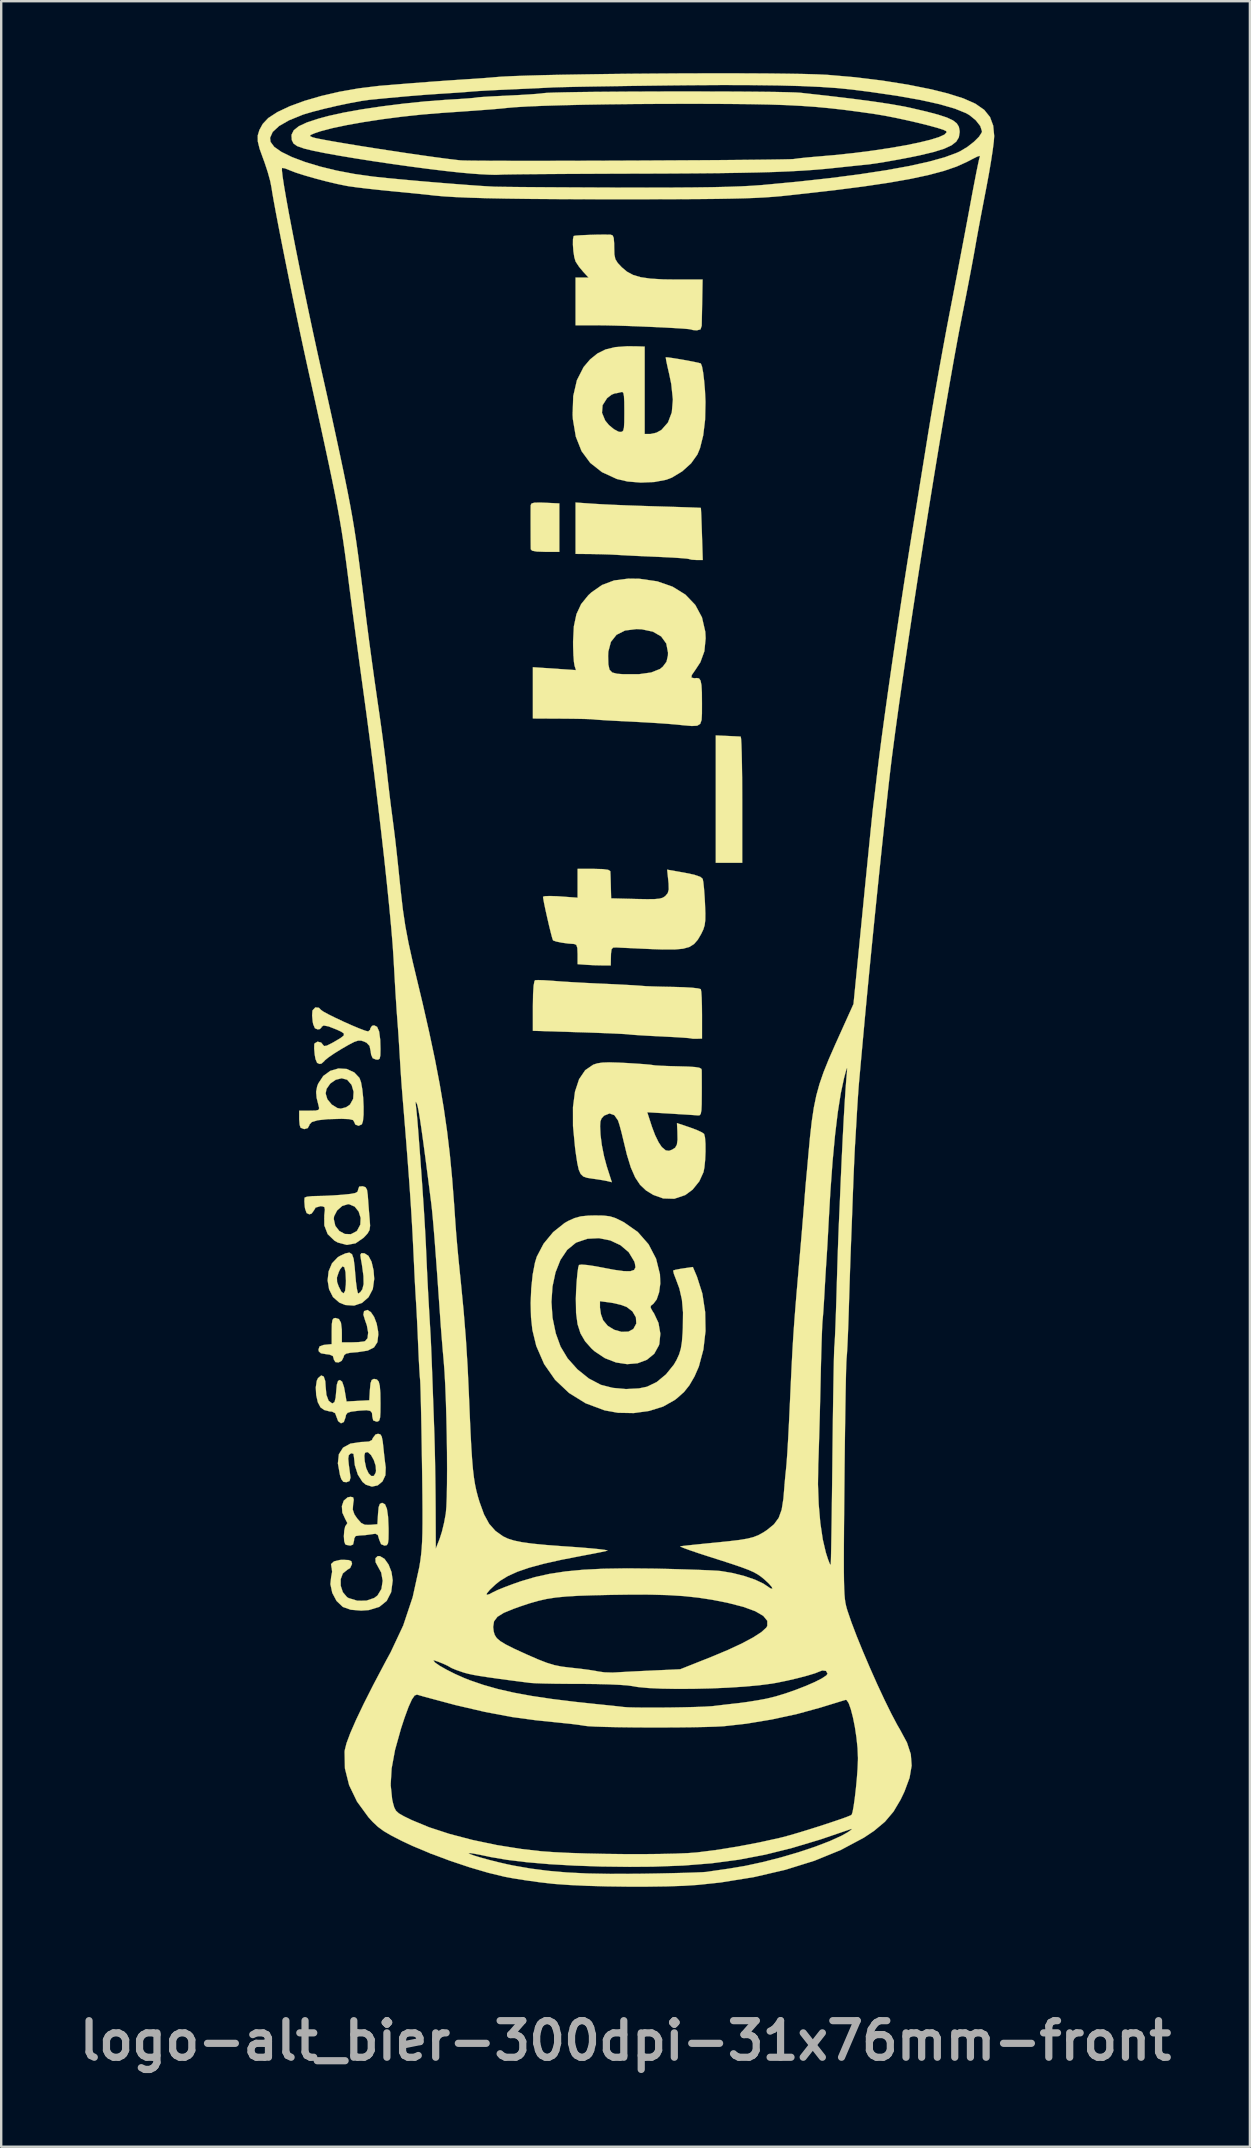
<source format=kicad_pcb>
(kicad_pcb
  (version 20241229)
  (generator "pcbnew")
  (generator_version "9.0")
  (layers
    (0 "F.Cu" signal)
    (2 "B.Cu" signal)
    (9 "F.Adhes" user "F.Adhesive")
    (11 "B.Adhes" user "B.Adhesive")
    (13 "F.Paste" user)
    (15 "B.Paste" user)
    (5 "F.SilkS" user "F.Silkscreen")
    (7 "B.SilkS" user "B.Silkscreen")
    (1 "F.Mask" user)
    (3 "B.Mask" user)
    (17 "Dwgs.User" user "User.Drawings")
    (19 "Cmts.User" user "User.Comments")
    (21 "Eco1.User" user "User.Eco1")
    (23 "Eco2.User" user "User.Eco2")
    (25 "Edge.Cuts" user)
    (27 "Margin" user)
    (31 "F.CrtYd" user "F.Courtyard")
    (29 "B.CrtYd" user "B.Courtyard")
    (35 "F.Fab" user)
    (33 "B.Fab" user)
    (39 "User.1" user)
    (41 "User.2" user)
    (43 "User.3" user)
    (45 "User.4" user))
  (footprint "logo-alt_bier-300dpi-31x76mm-front"
    (layer "F.Cu")
    (at 22.962 37.722)
    (property "Reference" "logo-alt_bier-300dpi-31x76mm-front" (at 0.05 44.25 0) (layer "F.Fab") (effects (font (size 1.524 1.524) (thickness 0.3))))
    (attr through_hole)
    (fp_poly (pts (xy 4.297 -10.11) (xy 4.572 -10.097) (xy 4.775 -10.087) (xy 4.847 -10.082) (xy 4.863 -9.999) (xy 4.877 -9.767) (xy 4.889 -9.407) (xy 4.899 -8.938) (xy 4.907 -8.382) (xy 4.91 -7.759) (xy 4.911 -7.451) (xy 4.911 -4.826) (xy 3.81 -4.826) (xy 3.81 -10.132) (xy 4.297 -10.11)) (stroke (width 0.01) (type solid)) (fill yes) (layer "F.SilkS"))
    (fp_poly (pts (xy -3.302 -19.826) (xy -2.709 -19.798) (xy -2.709 -17.78) (xy -3.302 -17.78) (xy -3.648 -17.792) (xy -3.841 -17.828) (xy -3.897 -17.886) (xy -3.9 -18.056) (xy -3.902 -18.335) (xy -3.903 -18.675) (xy -3.904 -19.032) (xy -3.904 -19.357) (xy -3.903 -19.605) (xy -3.901 -19.727) (xy -3.867 -19.794) (xy -3.751 -19.828) (xy -3.519 -19.834) (xy -3.302 -19.826)) (stroke (width 0.01) (type solid)) (fill yes) (layer "F.SilkS"))
    (fp_poly (pts (xy -1.249 -19.781) (xy -0.919 -19.762) (xy -0.46 -19.74) (xy 0.087 -19.717) (xy 0.681 -19.696) (xy 1.282 -19.677) (xy 1.355 -19.675) (xy 1.89 -19.659) (xy 2.364 -19.644) (xy 2.753 -19.631) (xy 3.031 -19.62) (xy 3.173 -19.613) (xy 3.187 -19.611) (xy 3.194 -19.528) (xy 3.205 -19.307) (xy 3.217 -18.981) (xy 3.231 -18.583) (xy 3.233 -18.521) (xy 3.267 -17.441) (xy 3.002 -17.441) (xy 2.806 -17.453) (xy 2.699 -17.48) (xy 2.698 -17.481) (xy 2.604 -17.498) (xy 2.372 -17.518) (xy 2.031 -17.541) (xy 1.612 -17.562) (xy 1.393 -17.572) (xy 0.907 -17.593) (xy 0.444 -17.614) (xy 0.049 -17.634) (xy -0.235 -17.65) (xy -0.296 -17.654) (xy -0.6 -17.67) (xy -0.989 -17.682) (xy -1.376 -17.689) (xy -2.032 -17.695) (xy -2.032 -19.835) (xy -1.249 -19.781)) (stroke (width 0.01) (type solid)) (fill yes) (layer "F.SilkS"))
    (fp_poly (pts (xy -10.184 24.061) (xy -9.992 24.175) (xy -9.823 24.412) (xy -9.701 24.723) (xy -9.652 25.062) (xy -9.652 25.078) (xy -9.714 25.56) (xy -9.901 25.926) (xy -10.21 26.176) (xy -10.641 26.308) (xy -10.964 26.331) (xy -11.398 26.295) (xy -11.714 26.183) (xy -11.738 26.169) (xy -11.99 25.929) (xy -12.168 25.594) (xy -12.246 25.229) (xy -12.216 24.939) (xy -12.175 24.717) (xy -12.192 24.554) (xy -12.198 24.544) (xy -12.22 24.393) (xy -12.096 24.28) (xy -11.846 24.22) (xy -11.716 24.215) (xy -11.482 24.226) (xy -11.373 24.274) (xy -11.345 24.379) (xy -11.345 24.386) (xy -11.422 24.554) (xy -11.549 24.635) (xy -11.729 24.783) (xy -11.818 25.021) (xy -11.816 25.298) (xy -11.728 25.564) (xy -11.556 25.767) (xy -11.488 25.809) (xy -11.124 25.92) (xy -10.749 25.917) (xy -10.421 25.805) (xy -10.283 25.7) (xy -10.12 25.428) (xy -10.068 25.089) (xy -10.129 24.746) (xy -10.253 24.52) (xy -10.364 24.314) (xy -10.369 24.147) (xy -10.274 24.06) (xy -10.184 24.061)) (stroke (width 0.01) (type solid)) (fill yes) (layer "F.SilkS"))
    (fp_poly (pts (xy -10.559 13.896) (xy -10.425 14.095) (xy -10.319 14.373) (xy -10.259 14.699) (xy -10.251 14.828) (xy -10.289 15.148) (xy -10.43 15.366) (xy -10.693 15.498) (xy -11.098 15.561) (xy -11.118 15.562) (xy -11.42 15.588) (xy -11.593 15.626) (xy -11.674 15.69) (xy -11.701 15.779) (xy -11.776 15.924) (xy -11.909 15.993) (xy -12.039 15.976) (xy -12.106 15.864) (xy -12.107 15.844) (xy -12.143 15.725) (xy -12.28 15.665) (xy -12.425 15.647) (xy -12.641 15.61) (xy -12.731 15.529) (xy -12.742 15.452) (xy -12.698 15.325) (xy -12.538 15.265) (xy -12.467 15.256) (xy -12.192 15.229) (xy -12.192 14.684) (xy -12.186 14.387) (xy -12.161 14.222) (xy -12.107 14.152) (xy -12.032 14.139) (xy -11.891 14.184) (xy -11.807 14.335) (xy -11.772 14.617) (xy -11.769 14.781) (xy -11.769 15.155) (xy -11.352 15.155) (xy -11.079 15.145) (xy -10.863 15.12) (xy -10.802 15.104) (xy -10.698 14.981) (xy -10.673 14.747) (xy -10.728 14.443) (xy -10.797 14.249) (xy -10.873 14.001) (xy -10.845 13.86) (xy -10.837 13.851) (xy -10.702 13.805) (xy -10.559 13.896)) (stroke (width 0.01) (type solid)) (fill yes) (layer "F.SilkS"))
    (fp_poly (pts (xy -11.345 11.486) (xy -11.278 11.676) (xy -11.236 12.004) (xy -11.214 12.277) (xy -11.182 12.632) (xy -11.145 12.914) (xy -11.107 13.086) (xy -11.083 13.123) (xy -10.994 13.057) (xy -10.915 12.942) (xy -10.862 12.729) (xy -10.869 12.391) (xy -10.934 11.912) (xy -10.973 11.698) (xy -10.999 11.509) (xy -10.957 11.44) (xy -10.829 11.444) (xy -10.663 11.549) (xy -10.532 11.795) (xy -10.448 12.155) (xy -10.421 12.514) (xy -10.48 12.936) (xy -10.658 13.274) (xy -10.926 13.509) (xy -11.258 13.623) (xy -11.628 13.598) (xy -11.873 13.499) (xy -12.139 13.267) (xy -12.301 12.944) (xy -12.362 12.574) (xy -12.349 12.455) (xy -11.975 12.455) (xy -11.968 12.639) (xy -11.901 12.827) (xy -11.785 13.052) (xy -11.694 13.112) (xy -11.633 13.008) (xy -11.602 12.741) (xy -11.599 12.578) (xy -11.616 12.228) (xy -11.665 12.029) (xy -11.742 11.987) (xy -11.841 12.107) (xy -11.899 12.228) (xy -11.975 12.455) (xy -12.349 12.455) (xy -12.321 12.198) (xy -12.18 11.862) (xy -11.937 11.607) (xy -11.856 11.558) (xy -11.616 11.447) (xy -11.452 11.416) (xy -11.345 11.486)) (stroke (width 0.01) (type solid)) (fill yes) (layer "F.SilkS"))
    (fp_poly (pts (xy -11.3 21.613) (xy -11.273 21.713) (xy -11.299 21.893) (xy -11.315 22.124) (xy -11.246 22.323) (xy -11.131 22.49) (xy -10.965 22.679) (xy -10.809 22.756) (xy -10.597 22.759) (xy -10.287 22.733) (xy -10.261 22.288) (xy -10.236 22.022) (xy -10.187 21.887) (xy -10.101 21.845) (xy -10.082 21.844) (xy -9.971 21.903) (xy -9.892 22.089) (xy -9.844 22.415) (xy -9.823 22.892) (xy -9.822 23.05) (xy -9.827 23.355) (xy -9.848 23.527) (xy -9.898 23.604) (xy -9.986 23.622) (xy -9.993 23.622) (xy -10.134 23.565) (xy -10.213 23.375) (xy -10.217 23.36) (xy -10.27 23.181) (xy -10.37 23.128) (xy -10.521 23.148) (xy -10.8 23.187) (xy -11.017 23.199) (xy -11.194 23.224) (xy -11.256 23.329) (xy -11.261 23.41) (xy -11.303 23.579) (xy -11.416 23.622) (xy -11.577 23.594) (xy -11.628 23.566) (xy -11.672 23.439) (xy -11.685 23.228) (xy -11.669 22.999) (xy -11.629 22.819) (xy -11.583 22.756) (xy -11.54 22.684) (xy -11.621 22.526) (xy -11.626 22.518) (xy -11.75 22.247) (xy -11.768 21.977) (xy -11.691 21.752) (xy -11.529 21.613) (xy -11.404 21.59) (xy -11.3 21.613)) (stroke (width 0.01) (type solid)) (fill yes) (layer "F.SilkS"))
    (fp_poly (pts (xy -3.35 0.068) (xy -3.032 0.089) (xy -2.945 0.096) (xy -2.614 0.121) (xy -2.163 0.149) (xy -1.645 0.178) (xy -1.108 0.204) (xy -0.899 0.213) (xy -0.416 0.235) (xy 0.026 0.258) (xy 0.39 0.278) (xy 0.641 0.295) (xy 0.72 0.302) (xy 0.901 0.315) (xy 1.209 0.327) (xy 1.602 0.338) (xy 2.036 0.347) (xy 2.055 0.347) (xy 2.467 0.359) (xy 2.814 0.379) (xy 3.064 0.407) (xy 3.182 0.438) (xy 3.186 0.442) (xy 3.206 0.554) (xy 3.222 0.798) (xy 3.232 1.138) (xy 3.236 1.509) (xy 3.236 2.498) (xy 3.016 2.506) (xy 2.844 2.504) (xy 2.772 2.49) (xy 2.684 2.478) (xy 2.457 2.46) (xy 2.123 2.439) (xy 1.714 2.418) (xy 1.564 2.41) (xy 1.116 2.388) (xy 0.715 2.365) (xy 0.396 2.344) (xy 0.2 2.327) (xy 0.173 2.323) (xy 0.03 2.311) (xy -0.255 2.296) (xy -0.654 2.278) (xy -1.139 2.259) (xy -1.683 2.24) (xy -1.922 2.233) (xy -3.81 2.175) (xy -3.81 1.137) (xy -3.802 0.642) (xy -3.78 0.295) (xy -3.744 0.104) (xy -3.718 0.068) (xy -3.595 0.061) (xy -3.35 0.068)) (stroke (width 0.01) (type solid)) (fill yes) (layer "F.SilkS"))
    (fp_poly (pts (xy -0.603 -30.995) (xy -0.572 -30.994) (xy -0.488 -30.964) (xy -0.443 -30.86) (xy -0.425 -30.642) (xy -0.423 -30.47) (xy -0.415 -30.172) (xy -0.374 -29.975) (xy -0.273 -29.813) (xy -0.106 -29.635) (xy 0.112 -29.452) (xy 0.366 -29.316) (xy 0.684 -29.222) (xy 1.093 -29.163) (xy 1.619 -29.132) (xy 2.184 -29.125) (xy 3.26 -29.125) (xy 3.244 -28.257) (xy 3.237 -27.871) (xy 3.23 -27.531) (xy 3.225 -27.285) (xy 3.223 -27.199) (xy 3.172 -27.048) (xy 3.02 -27.009) (xy 2.852 -27.022) (xy 2.787 -27.043) (xy 2.692 -27.06) (xy 2.456 -27.081) (xy 2.106 -27.103) (xy 1.671 -27.127) (xy 1.178 -27.15) (xy 0.656 -27.172) (xy 0.132 -27.192) (xy -0.366 -27.207) (xy -0.809 -27.217) (xy -1.164 -27.22) (xy -2.032 -27.22) (xy -2.032 -28.215) (xy -2.032 -29.21) (xy -1.492 -29.21) (xy -1.709 -29.443) (xy -1.887 -29.658) (xy -2.024 -29.865) (xy -2.031 -29.877) (xy -2.083 -30.049) (xy -2.122 -30.302) (xy -2.142 -30.574) (xy -2.14 -30.805) (xy -2.112 -30.936) (xy -2.108 -30.94) (xy -2.016 -30.956) (xy -1.799 -30.971) (xy -1.504 -30.984) (xy -1.176 -30.994) (xy -0.861 -30.998) (xy -0.603 -30.995)) (stroke (width 0.01) (type solid)) (fill yes) (layer "F.SilkS"))
    (fp_poly (pts (xy -10.167 18.988) (xy -10.107 19.083) (xy -10.067 19.285) (xy -10.044 19.494) (xy -10.007 19.844) (xy -9.967 20.183) (xy -9.942 20.363) (xy -9.955 20.692) (xy -10.076 20.948) (xy -10.274 21.113) (xy -10.515 21.165) (xy -10.769 21.085) (xy -10.909 20.969) (xy -11.103 20.666) (xy -11.228 20.276) (xy -11.261 19.963) (xy -11.275 19.865) (xy -10.833 19.865) (xy -10.817 20.099) (xy -10.816 20.108) (xy -10.755 20.398) (xy -10.656 20.609) (xy -10.543 20.723) (xy -10.437 20.721) (xy -10.36 20.585) (xy -10.346 20.513) (xy -10.36 20.297) (xy -10.438 20.057) (xy -10.554 19.851) (xy -10.679 19.736) (xy -10.717 19.727) (xy -10.803 19.755) (xy -10.833 19.865) (xy -11.275 19.865) (xy -11.283 19.802) (xy -11.367 19.775) (xy -11.398 19.785) (xy -11.48 19.853) (xy -11.504 19.999) (xy -11.483 20.227) (xy -11.446 20.502) (xy -11.416 20.73) (xy -11.409 20.786) (xy -11.448 20.932) (xy -11.573 20.981) (xy -11.705 20.967) (xy -11.792 20.852) (xy -11.847 20.685) (xy -11.935 20.196) (xy -11.893 19.816) (xy -11.72 19.543) (xy -11.414 19.374) (xy -10.974 19.306) (xy -10.877 19.304) (xy -10.637 19.287) (xy -10.515 19.223) (xy -10.474 19.135) (xy -10.365 18.993) (xy -10.262 18.965) (xy -10.167 18.988)) (stroke (width 0.01) (type solid)) (fill yes) (layer "F.SilkS"))
    (fp_poly (pts (xy -12.524 16.58) (xy -12.46 16.77) (xy -12.446 16.986) (xy -12.413 17.342) (xy -12.322 17.586) (xy -12.182 17.692) (xy -12.151 17.695) (xy -12.074 17.639) (xy -12.027 17.454) (xy -12.006 17.209) (xy -11.978 16.916) (xy -11.928 16.763) (xy -11.853 16.722) (xy -11.757 16.794) (xy -11.68 17.018) (xy -11.65 17.17) (xy -11.574 17.618) (xy -11.1 17.593) (xy -10.626 17.568) (xy -10.6 17.124) (xy -10.574 16.858) (xy -10.527 16.723) (xy -10.441 16.68) (xy -10.419 16.679) (xy -10.308 16.703) (xy -10.233 16.791) (xy -10.188 16.97) (xy -10.166 17.266) (xy -10.16 17.702) (xy -10.163 18.062) (xy -10.176 18.285) (xy -10.208 18.404) (xy -10.264 18.45) (xy -10.329 18.457) (xy -10.463 18.406) (xy -10.499 18.251) (xy -10.514 18.094) (xy -10.585 18.009) (xy -10.745 17.982) (xy -11.03 17.999) (xy -11.114 18.008) (xy -11.387 18.043) (xy -11.533 18.092) (xy -11.597 18.178) (xy -11.616 18.277) (xy -11.687 18.473) (xy -11.805 18.527) (xy -11.924 18.437) (xy -11.979 18.293) (xy -12.049 18.106) (xy -12.181 18.039) (xy -12.27 18.034) (xy -12.504 17.973) (xy -12.659 17.863) (xy -12.771 17.65) (xy -12.839 17.349) (xy -12.855 17.029) (xy -12.815 16.757) (xy -12.762 16.645) (xy -12.628 16.534) (xy -12.524 16.58)) (stroke (width 0.01) (type solid)) (fill yes) (layer "F.SilkS"))
    (fp_poly (pts (xy -11.566 3.765) (xy -11.251 3.91) (xy -11.036 4.138) (xy -10.971 4.317) (xy -10.919 4.606) (xy -10.882 4.959) (xy -10.864 5.329) (xy -10.865 5.67) (xy -10.89 5.933) (xy -10.935 6.07) (xy -11.071 6.132) (xy -11.207 6.081) (xy -11.261 5.96) (xy -11.307 5.892) (xy -11.465 5.854) (xy -11.762 5.842) (xy -11.799 5.842) (xy -12.366 5.857) (xy -12.771 5.901) (xy -13.021 5.976) (xy -13.121 6.083) (xy -13.123 6.108) (xy -13.19 6.228) (xy -13.337 6.271) (xy -13.486 6.213) (xy -13.49 6.209) (xy -13.527 6.095) (xy -13.546 5.883) (xy -13.547 5.828) (xy -13.547 5.503) (xy -13.113 5.503) (xy -12.861 5.498) (xy -12.741 5.469) (xy -12.715 5.398) (xy -12.734 5.313) (xy -12.82 4.967) (xy -12.835 4.784) (xy -12.446 4.784) (xy -12.373 5.027) (xy -12.19 5.248) (xy -11.954 5.393) (xy -11.815 5.419) (xy -11.593 5.36) (xy -11.43 5.249) (xy -11.298 5.01) (xy -11.279 4.715) (xy -11.363 4.429) (xy -11.545 4.216) (xy -11.549 4.213) (xy -11.776 4.152) (xy -12.026 4.215) (xy -12.252 4.372) (xy -12.406 4.593) (xy -12.446 4.784) (xy -12.835 4.784) (xy -12.841 4.715) (xy -12.799 4.495) (xy -12.755 4.377) (xy -12.544 4.056) (xy -12.25 3.843) (xy -11.911 3.744) (xy -11.566 3.765)) (stroke (width 0.01) (type solid)) (fill yes) (layer "F.SilkS"))
    (fp_poly (pts (xy -10.784 8.691) (xy -10.721 8.798) (xy -10.69 9.016) (xy -10.684 9.102) (xy -10.659 9.444) (xy -10.628 9.834) (xy -10.612 10.012) (xy -10.593 10.295) (xy -10.616 10.476) (xy -10.702 10.624) (xy -10.863 10.796) (xy -11.197 11.028) (xy -11.56 11.095) (xy -11.939 10.995) (xy -12.077 10.918) (xy -12.36 10.645) (xy -12.5 10.283) (xy -12.501 10.013) (xy -12.107 10.013) (xy -12.042 10.3) (xy -11.875 10.515) (xy -11.645 10.639) (xy -11.394 10.649) (xy -11.162 10.528) (xy -11.13 10.495) (xy -11 10.249) (xy -10.986 9.97) (xy -11.069 9.705) (xy -11.234 9.499) (xy -11.465 9.401) (xy -11.513 9.398) (xy -11.755 9.473) (xy -11.967 9.66) (xy -12.093 9.903) (xy -12.107 10.013) (xy -12.501 10.013) (xy -12.501 9.861) (xy -12.476 9.629) (xy -12.497 9.519) (xy -12.585 9.485) (xy -12.667 9.483) (xy -12.863 9.54) (xy -12.929 9.652) (xy -13.029 9.79) (xy -13.124 9.821) (xy -13.237 9.768) (xy -13.301 9.587) (xy -13.314 9.504) (xy -13.331 9.281) (xy -13.323 9.137) (xy -13.318 9.123) (xy -13.221 9.087) (xy -13.008 9.064) (xy -12.835 9.059) (xy -12.516 9.052) (xy -12.117 9.032) (xy -11.739 9.005) (xy -11.408 8.971) (xy -11.212 8.934) (xy -11.118 8.88) (xy -11.092 8.799) (xy -11.091 8.787) (xy -11.046 8.665) (xy -10.901 8.651) (xy -10.784 8.691)) (stroke (width 0.01) (type solid)) (fill yes) (layer "F.SilkS"))
    (fp_poly (pts (xy -12.725 1.215) (xy -12.641 1.301) (xy -12.544 1.372) (xy -12.328 1.49) (xy -12.032 1.637) (xy -11.693 1.796) (xy -11.349 1.949) (xy -11.039 2.079) (xy -10.8 2.169) (xy -10.673 2.201) (xy -10.593 2.133) (xy -10.583 2.074) (xy -10.513 1.969) (xy -10.425 1.947) (xy -10.3 2.01) (xy -10.216 2.205) (xy -10.171 2.544) (xy -10.16 2.937) (xy -10.166 3.202) (xy -10.194 3.335) (xy -10.261 3.377) (xy -10.351 3.371) (xy -10.485 3.316) (xy -10.55 3.167) (xy -10.567 3.035) (xy -10.615 2.805) (xy -10.738 2.673) (xy -10.84 2.624) (xy -10.967 2.582) (xy -11.093 2.583) (xy -11.255 2.638) (xy -11.49 2.76) (xy -11.774 2.924) (xy -12.079 3.112) (xy -12.324 3.28) (xy -12.475 3.403) (xy -12.505 3.441) (xy -12.616 3.54) (xy -12.698 3.556) (xy -12.8 3.51) (xy -12.867 3.352) (xy -12.9 3.166) (xy -12.922 2.918) (xy -12.918 2.74) (xy -12.906 2.701) (xy -12.782 2.627) (xy -12.632 2.664) (xy -12.562 2.75) (xy -12.509 2.81) (xy -12.398 2.794) (xy -12.194 2.693) (xy -12.12 2.652) (xy -11.836 2.485) (xy -11.692 2.374) (xy -11.682 2.291) (xy -11.798 2.21) (xy -11.982 2.125) (xy -12.32 1.992) (xy -12.527 1.953) (xy -12.612 2.006) (xy -12.615 2.032) (xy -12.686 2.102) (xy -12.774 2.117) (xy -12.891 2.069) (xy -12.963 1.902) (xy -12.985 1.785) (xy -13.008 1.536) (xy -12.995 1.345) (xy -12.987 1.319) (xy -12.874 1.2) (xy -12.725 1.215)) (stroke (width 0.01) (type solid)) (fill yes) (layer "F.SilkS"))
    (fp_poly (pts (xy -0.896 -4.562) (xy -0.674 -4.532) (xy -0.586 -4.478) (xy -0.584 -4.466) (xy -0.577 -4.329) (xy -0.569 -4.082) (xy -0.563 -3.852) (xy -0.55 -3.344) (xy 0.495 -3.317) (xy 0.943 -3.309) (xy 1.255 -3.312) (xy 1.462 -3.331) (xy 1.598 -3.369) (xy 1.693 -3.429) (xy 1.711 -3.444) (xy 1.809 -3.561) (xy 1.85 -3.712) (xy 1.844 -3.954) (xy 1.833 -4.068) (xy 1.784 -4.539) (xy 2.497 -4.414) (xy 2.912 -4.328) (xy 3.166 -4.24) (xy 3.264 -4.156) (xy 3.291 -4.018) (xy 3.319 -3.754) (xy 3.345 -3.405) (xy 3.36 -3.133) (xy 3.375 -2.721) (xy 3.372 -2.434) (xy 3.346 -2.224) (xy 3.291 -2.047) (xy 3.203 -1.863) (xy 3.06 -1.619) (xy 2.904 -1.44) (xy 2.708 -1.318) (xy 2.444 -1.245) (xy 2.085 -1.213) (xy 1.606 -1.213) (xy 1.143 -1.23) (xy 0.68 -1.25) (xy 0.262 -1.27) (xy -0.074 -1.285) (xy -0.291 -1.296) (xy -0.339 -1.299) (xy -0.469 -1.292) (xy -0.533 -1.22) (xy -0.556 -1.039) (xy -0.559 -0.931) (xy -0.567 -0.55) (xy -0.897 -0.55) (xy -1.212 -0.556) (xy -1.547 -0.573) (xy -1.587 -0.576) (xy -1.947 -0.602) (xy -1.947 -1.021) (xy -1.958 -1.277) (xy -2.001 -1.405) (xy -2.089 -1.442) (xy -2.095 -1.443) (xy -2.342 -1.461) (xy -2.61 -1.498) (xy -2.838 -1.545) (xy -2.965 -1.59) (xy -2.971 -1.595) (xy -3.005 -1.692) (xy -3.063 -1.911) (xy -3.137 -2.211) (xy -3.215 -2.549) (xy -3.289 -2.881) (xy -3.348 -3.165) (xy -3.382 -3.359) (xy -3.387 -3.41) (xy -3.309 -3.434) (xy -3.101 -3.441) (xy -2.802 -3.432) (xy -2.667 -3.423) (xy -1.947 -3.37) (xy -1.947 -4.572) (xy -1.27 -4.572) (xy -0.896 -4.562)) (stroke (width 0.01) (type solid)) (fill yes) (layer "F.SilkS"))
    (fp_poly (pts (xy 0.572 -26.341) (xy 0.847 -26.331) (xy 0.847 -22.691) (xy 1.089 -22.691) (xy 1.334 -22.744) (xy 1.544 -22.858) (xy 1.819 -23.171) (xy 1.978 -23.591) (xy 2.023 -24.124) (xy 1.955 -24.774) (xy 1.869 -25.188) (xy 1.797 -25.501) (xy 1.746 -25.743) (xy 1.726 -25.874) (xy 1.727 -25.885) (xy 1.814 -25.882) (xy 2.019 -25.853) (xy 2.297 -25.808) (xy 2.6 -25.755) (xy 2.88 -25.701) (xy 3.091 -25.656) (xy 3.187 -25.628) (xy 3.187 -25.628) (xy 3.236 -25.502) (xy 3.284 -25.245) (xy 3.326 -24.894) (xy 3.36 -24.487) (xy 3.379 -24.062) (xy 3.38 -24.011) (xy 3.364 -23.28) (xy 3.286 -22.632) (xy 3.152 -22.097) (xy 3.044 -21.837) (xy 2.781 -21.468) (xy 2.408 -21.132) (xy 1.981 -20.874) (xy 1.745 -20.784) (xy 1.25 -20.69) (xy 0.687 -20.666) (xy 0.131 -20.712) (xy -0.313 -20.816) (xy -0.932 -21.101) (xy -1.42 -21.486) (xy -1.782 -21.976) (xy -2.021 -22.579) (xy -2.143 -23.301) (xy -2.155 -23.496) (xy -2.152 -23.574) (xy -0.931 -23.574) (xy -0.798 -23.251) (xy -0.643 -23.063) (xy -0.436 -22.891) (xy -0.244 -22.788) (xy -0.178 -22.775) (xy -0.097 -22.785) (xy -0.046 -22.835) (xy -0.016 -22.955) (xy -0.003 -23.177) (xy -0.000061 -23.531) (xy 0 -23.631) (xy -0.003 -24.02) (xy -0.015 -24.267) (xy -0.041 -24.399) (xy -0.085 -24.443) (xy -0.134 -24.435) (xy -0.327 -24.389) (xy -0.392 -24.384) (xy -0.532 -24.328) (xy -0.708 -24.192) (xy -0.724 -24.176) (xy -0.907 -23.89) (xy -0.931 -23.574) (xy -2.152 -23.574) (xy -2.129 -24.27) (xy -1.976 -24.931) (xy -1.697 -25.479) (xy -1.426 -25.798) (xy -1.119 -26.045) (xy -0.781 -26.213) (xy -0.376 -26.31) (xy 0.13 -26.347) (xy 0.572 -26.341)) (stroke (width 0.01) (type solid)) (fill yes) (layer "F.SilkS"))
    (fp_poly (pts (xy 0.627 -16.659) (xy 1.372 -16.551) (xy 2.014 -16.327) (xy 2.546 -15.997) (xy 2.956 -15.568) (xy 3.235 -15.049) (xy 3.373 -14.451) (xy 3.387 -14.179) (xy 3.335 -13.64) (xy 3.168 -13.181) (xy 2.949 -12.848) (xy 2.809 -12.646) (xy 2.796 -12.541) (xy 2.913 -12.514) (xy 3.02 -12.523) (xy 3.112 -12.507) (xy 3.175 -12.416) (xy 3.213 -12.227) (xy 3.231 -11.917) (xy 3.234 -11.462) (xy 3.234 -11.441) (xy 3.233 -11.043) (xy 3.218 -10.775) (xy 3.161 -10.613) (xy 3.036 -10.537) (xy 2.814 -10.525) (xy 2.468 -10.554) (xy 2.159 -10.586) (xy 1.824 -10.614) (xy 1.371 -10.646) (xy 0.854 -10.677) (xy 0.325 -10.706) (xy 0.169 -10.713) (xy -0.293 -10.736) (xy -0.7 -10.758) (xy -1.021 -10.778) (xy -1.223 -10.793) (xy -1.27 -10.799) (xy -1.397 -10.809) (xy -1.66 -10.818) (xy -2.022 -10.825) (xy -2.451 -10.83) (xy -2.603 -10.831) (xy -3.81 -10.837) (xy -3.81 -12.974) (xy -2.015 -12.852) (xy -2.075 -13.04) (xy -2.101 -13.205) (xy -2.118 -13.445) (xy -0.676 -13.445) (xy -0.666 -13.091) (xy -0.618 -12.872) (xy -0.506 -12.754) (xy -0.3 -12.701) (xy -0.055 -12.683) (xy 0.609 -12.683) (xy 1.12 -12.754) (xy 1.481 -12.898) (xy 1.601 -12.993) (xy 1.757 -13.202) (xy 1.816 -13.459) (xy 1.82 -13.582) (xy 1.747 -13.962) (xy 1.534 -14.256) (xy 1.191 -14.455) (xy 0.728 -14.553) (xy 0.507 -14.563) (xy 0.03 -14.503) (xy -0.326 -14.324) (xy -0.56 -14.03) (xy -0.668 -13.622) (xy -0.676 -13.445) (xy -2.118 -13.445) (xy -2.122 -13.491) (xy -2.134 -13.849) (xy -2.135 -14.048) (xy -2.103 -14.677) (xy -1.995 -15.184) (xy -1.8 -15.603) (xy -1.504 -15.968) (xy -1.371 -16.091) (xy -0.929 -16.4) (xy -0.425 -16.589) (xy 0.168 -16.665) (xy 0.627 -16.659)) (stroke (width 0.01) (type solid)) (fill yes) (layer "F.SilkS"))
    (fp_poly (pts (xy -0.244 3.5) (xy 0.078 3.516) (xy 0.486 3.541) (xy 0.829 3.565) (xy 1.075 3.587) (xy 1.189 3.603) (xy 1.192 3.604) (xy 1.291 3.617) (xy 1.525 3.631) (xy 1.856 3.644) (xy 2.229 3.654) (xy 2.661 3.666) (xy 2.949 3.685) (xy 3.121 3.713) (xy 3.204 3.756) (xy 3.223 3.806) (xy 3.225 3.942) (xy 3.226 4.205) (xy 3.227 4.553) (xy 3.226 4.826) (xy 3.223 5.224) (xy 3.211 5.482) (xy 3.185 5.628) (xy 3.142 5.691) (xy 3.075 5.7) (xy 3.075 5.7) (xy 2.934 5.689) (xy 2.665 5.671) (xy 2.306 5.649) (xy 1.94 5.626) (xy 0.954 5.568) (xy 1.157 6.192) (xy 1.283 6.524) (xy 1.426 6.817) (xy 1.555 7.011) (xy 1.565 7.022) (xy 1.725 7.156) (xy 1.861 7.175) (xy 1.986 7.129) (xy 2.115 7.048) (xy 2.188 6.923) (xy 2.217 6.715) (xy 2.211 6.385) (xy 2.209 6.333) (xy 2.193 6.02) (xy 2.726 6.198) (xy 3.009 6.303) (xy 3.224 6.402) (xy 3.322 6.469) (xy 3.36 6.616) (xy 3.38 6.88) (xy 3.382 7.21) (xy 3.367 7.556) (xy 3.336 7.866) (xy 3.298 8.062) (xy 3.123 8.446) (xy 2.845 8.791) (xy 2.538 9.018) (xy 2.081 9.172) (xy 1.62 9.159) (xy 1.207 9.012) (xy 0.906 8.828) (xy 0.658 8.594) (xy 0.452 8.283) (xy 0.272 7.874) (xy 0.108 7.341) (xy -0.04 6.731) (xy -0.12 6.398) (xy -0.201 6.1) (xy -0.264 5.908) (xy -0.416 5.689) (xy -0.616 5.618) (xy -0.833 5.704) (xy -0.863 5.729) (xy -0.951 5.828) (xy -0.998 5.954) (xy -1.01 6.152) (xy -0.995 6.468) (xy -0.991 6.519) (xy -0.939 6.932) (xy -0.846 7.4) (xy -0.734 7.818) (xy -0.521 8.482) (xy -0.705 8.437) (xy -0.894 8.4) (xy -1.173 8.356) (xy -1.34 8.333) (xy -1.556 8.299) (xy -1.711 8.244) (xy -1.819 8.141) (xy -1.898 7.964) (xy -1.96 7.685) (xy -2.022 7.276) (xy -2.052 7.051) (xy -2.139 6.14) (xy -2.14 5.357) (xy -2.055 4.706) (xy -1.885 4.191) (xy -1.631 3.816) (xy -1.296 3.586) (xy -1.126 3.531) (xy -0.918 3.499) (xy -0.636 3.489) (xy -0.244 3.5)) (stroke (width 0.01) (type solid)) (fill yes) (layer "F.SilkS"))
    (fp_poly (pts (xy -0.864 9.873) (xy -0.6 9.905) (xy -0.366 9.979) (xy -0.091 10.113) (xy -0.014 10.154) (xy 0.56 10.557) (xy 1.009 11.068) (xy 1.322 11.67) (xy 1.484 12.321) (xy 1.498 12.703) (xy 1.449 13.068) (xy 1.347 13.368) (xy 1.205 13.554) (xy 1.193 13.561) (xy 1.102 13.633) (xy 1.097 13.717) (xy 1.182 13.868) (xy 1.235 13.946) (xy 1.422 14.345) (xy 1.5 14.795) (xy 1.458 15.222) (xy 1.441 15.277) (xy 1.245 15.631) (xy 0.94 15.88) (xy 0.556 16.025) (xy 0.118 16.063) (xy -0.345 15.993) (xy -0.808 15.814) (xy -1.241 15.525) (xy -1.365 15.413) (xy -1.635 15.11) (xy -1.826 14.782) (xy -1.949 14.398) (xy -2.011 13.926) (xy -2.014 13.709) (xy -1.016 13.709) (xy -0.975 13.983) (xy -0.884 14.235) (xy -0.692 14.466) (xy -0.419 14.632) (xy -0.116 14.717) (xy 0.169 14.708) (xy 0.375 14.599) (xy 0.498 14.372) (xy 0.482 14.113) (xy 0.338 13.866) (xy 0.095 13.679) (xy -0.132 13.595) (xy -0.435 13.522) (xy -0.579 13.498) (xy -1.016 13.44) (xy -1.016 13.709) (xy -2.014 13.709) (xy -2.02 13.336) (xy -2.009 13.01) (xy -1.985 12.611) (xy -1.954 12.274) (xy -1.921 12.035) (xy -1.889 11.931) (xy -1.779 11.915) (xy -1.54 11.934) (xy -1.208 11.984) (xy -0.971 12.029) (xy -0.423 12.133) (xy -0.021 12.188) (xy 0.251 12.191) (xy 0.407 12.138) (xy 0.464 12.028) (xy 0.438 11.856) (xy 0.41 11.776) (xy 0.183 11.399) (xy -0.162 11.106) (xy -0.588 10.907) (xy -1.058 10.814) (xy -1.537 10.838) (xy -1.988 10.991) (xy -2.031 11.014) (xy -2.383 11.303) (xy -2.663 11.721) (xy -2.868 12.24) (xy -2.994 12.832) (xy -3.037 13.472) (xy -2.992 14.131) (xy -2.856 14.783) (xy -2.657 15.333) (xy -2.364 15.821) (xy -1.955 16.279) (xy -1.478 16.662) (xy -0.981 16.923) (xy -0.973 16.926) (xy -0.484 17.051) (xy 0.07 17.101) (xy 0.61 17.073) (xy 0.943 17.004) (xy 1.348 16.809) (xy 1.736 16.488) (xy 2.064 16.082) (xy 2.177 15.887) (xy 2.283 15.654) (xy 2.353 15.421) (xy 2.399 15.137) (xy 2.428 14.755) (xy 2.438 14.544) (xy 2.445 13.904) (xy 2.399 13.376) (xy 2.293 12.911) (xy 2.144 12.509) (xy 2.065 12.304) (xy 2.036 12.176) (xy 2.04 12.16) (xy 2.137 12.13) (xy 2.344 12.091) (xy 2.465 12.072) (xy 2.855 12.016) (xy 3.027 12.421) (xy 3.25 13.121) (xy 3.367 13.889) (xy 3.382 14.682) (xy 3.293 15.456) (xy 3.103 16.166) (xy 2.924 16.575) (xy 2.711 16.942) (xy 2.492 17.218) (xy 2.207 17.473) (xy 2.098 17.557) (xy 1.618 17.829) (xy 1.034 18.012) (xy 0.391 18.101) (xy -0.267 18.089) (xy -0.823 17.988) (xy -1.613 17.693) (xy -2.302 17.266) (xy -2.882 16.718) (xy -3.341 16.06) (xy -3.669 15.305) (xy -3.831 14.638) (xy -3.888 14.11) (xy -3.903 13.515) (xy -3.878 12.905) (xy -3.818 12.328) (xy -3.724 11.836) (xy -3.648 11.587) (xy -3.365 11.047) (xy -2.967 10.564) (xy -2.494 10.186) (xy -2.339 10.097) (xy -2.069 9.975) (xy -1.809 9.905) (xy -1.491 9.874) (xy -1.228 9.868) (xy -0.864 9.873)) (stroke (width 0.01) (type solid)) (fill yes) (layer "F.SilkS"))
    (fp_poly (pts (xy 3.5 -36.96) (xy 4.294 -36.958) (xy 5.036 -36.954) (xy 5.708 -36.948) (xy 6.291 -36.941) (xy 6.767 -36.931) (xy 7.117 -36.92) (xy 7.324 -36.908) (xy 8.501 -36.777) (xy 9.516 -36.656) (xy 10.376 -36.542) (xy 11.088 -36.435) (xy 11.659 -36.334) (xy 11.937 -36.275) (xy 12.579 -36.125) (xy 13.072 -35.995) (xy 13.436 -35.876) (xy 13.689 -35.758) (xy 13.85 -35.633) (xy 13.937 -35.491) (xy 13.968 -35.323) (xy 13.97 -35.264) (xy 13.937 -35.052) (xy 13.829 -34.872) (xy 13.628 -34.716) (xy 13.317 -34.573) (xy 12.881 -34.438) (xy 12.303 -34.3) (xy 11.881 -34.213) (xy 11.391 -34.12) (xy 10.915 -34.036) (xy 10.498 -33.968) (xy 10.186 -33.924) (xy 10.118 -33.917) (xy 9.794 -33.885) (xy 9.377 -33.841) (xy 8.941 -33.795) (xy 8.805 -33.78) (xy 8.355 -33.734) (xy 7.889 -33.695) (xy 7.394 -33.661) (xy 6.853 -33.632) (xy 6.252 -33.607) (xy 5.576 -33.588) (xy 4.809 -33.572) (xy 3.935 -33.559) (xy 2.941 -33.55) (xy 1.81 -33.543) (xy 0.527 -33.538) (xy 0.304 -33.538) (xy -0.635 -33.535) (xy -1.526 -33.531) (xy -2.355 -33.527) (xy -3.108 -33.522) (xy -3.768 -33.517) (xy -4.321 -33.512) (xy -4.753 -33.506) (xy -5.048 -33.501) (xy -5.191 -33.495) (xy -5.199 -33.494) (xy -5.354 -33.488) (xy -5.634 -33.495) (xy -5.996 -33.514) (xy -6.308 -33.535) (xy -6.846 -33.583) (xy -7.484 -33.653) (xy -8.193 -33.739) (xy -8.949 -33.839) (xy -9.724 -33.948) (xy -10.493 -34.062) (xy -11.229 -34.178) (xy -11.906 -34.291) (xy -12.497 -34.398) (xy -12.976 -34.495) (xy -13.318 -34.577) (xy -13.355 -34.588) (xy -13.63 -34.685) (xy -13.781 -34.79) (xy -13.853 -34.933) (xy -13.855 -34.941) (xy -13.863 -35.101) (xy -13.095 -35.101) (xy -12.988 -35.051) (xy -12.835 -35.011) (xy -12.539 -34.953) (xy -12.123 -34.878) (xy -11.612 -34.791) (xy -11.029 -34.695) (xy -10.4 -34.595) (xy -9.748 -34.495) (xy -9.096 -34.396) (xy -8.471 -34.305) (xy -7.894 -34.224) (xy -7.391 -34.157) (xy -6.986 -34.108) (xy -6.816 -34.09) (xy -6.663 -34.084) (xy -6.359 -34.079) (xy -5.92 -34.075) (xy -5.363 -34.073) (xy -4.702 -34.071) (xy -3.953 -34.071) (xy -3.133 -34.071) (xy -2.257 -34.073) (xy -1.341 -34.075) (xy -0.4 -34.078) (xy 0.549 -34.082) (xy 1.492 -34.087) (xy 2.411 -34.092) (xy 3.292 -34.097) (xy 4.118 -34.103) (xy 4.875 -34.11) (xy 5.545 -34.117) (xy 6.113 -34.124) (xy 6.564 -34.131) (xy 6.882 -34.138) (xy 7.051 -34.145) (xy 7.07 -34.148) (xy 7.277 -34.176) (xy 7.59 -34.209) (xy 7.948 -34.241) (xy 8.001 -34.245) (xy 8.807 -34.315) (xy 9.596 -34.4) (xy 10.354 -34.498) (xy 11.064 -34.605) (xy 11.711 -34.717) (xy 12.278 -34.833) (xy 12.749 -34.948) (xy 13.108 -35.06) (xy 13.34 -35.166) (xy 13.428 -35.261) (xy 13.408 -35.31) (xy 13.287 -35.367) (xy 13.032 -35.448) (xy 12.674 -35.546) (xy 12.246 -35.653) (xy 11.778 -35.761) (xy 11.304 -35.863) (xy 10.854 -35.951) (xy 10.461 -36.017) (xy 10.455 -36.018) (xy 9.776 -36.115) (xy 9.151 -36.197) (xy 8.557 -36.264) (xy 7.971 -36.319) (xy 7.369 -36.361) (xy 6.726 -36.394) (xy 6.02 -36.417) (xy 5.226 -36.433) (xy 4.319 -36.442) (xy 3.278 -36.446) (xy 2.794 -36.447) (xy 1.584 -36.445) (xy 0.428 -36.438) (xy -0.66 -36.426) (xy -1.666 -36.409) (xy -2.573 -36.388) (xy -3.368 -36.364) (xy -4.035 -36.336) (xy -4.56 -36.305) (xy -4.868 -36.278) (xy -5.118 -36.252) (xy -5.433 -36.224) (xy -5.836 -36.193) (xy -6.348 -36.155) (xy -6.99 -36.11) (xy -7.62 -36.067) (xy -8.425 -36.001) (xy -9.248 -35.913) (xy -10.061 -35.808) (xy -10.837 -35.69) (xy -11.548 -35.564) (xy -12.164 -35.434) (xy -12.659 -35.304) (xy -12.913 -35.218) (xy -13.077 -35.147) (xy -13.095 -35.101) (xy -13.863 -35.101) (xy -13.866 -35.156) (xy -13.774 -35.343) (xy -13.564 -35.512) (xy -13.223 -35.671) (xy -12.737 -35.83) (xy -12.321 -35.942) (xy -11.696 -36.08) (xy -10.943 -36.215) (xy -10.1 -36.341) (xy -9.209 -36.453) (xy -8.31 -36.546) (xy -7.442 -36.613) (xy -7.239 -36.625) (xy -6.842 -36.649) (xy -6.51 -36.672) (xy -6.277 -36.692) (xy -6.179 -36.706) (xy -6.179 -36.706) (xy -6.084 -36.719) (xy -5.849 -36.736) (xy -5.507 -36.756) (xy -5.088 -36.777) (xy -4.867 -36.788) (xy -4.404 -36.811) (xy -3.986 -36.836) (xy -3.651 -36.86) (xy -3.434 -36.881) (xy -3.387 -36.889) (xy -3.239 -36.902) (xy -2.94 -36.914) (xy -2.508 -36.925) (xy -1.963 -36.935) (xy -1.322 -36.943) (xy -0.603 -36.949) (xy 0.174 -36.955) (xy 0.991 -36.958) (xy 1.83 -36.961) (xy 2.673 -36.961) (xy 3.5 -36.96)) (stroke (width 0.01) (type solid)) (fill yes) (layer "F.SilkS"))
    (fp_poly (pts (xy 5.16 -37.715) (xy 6.017 -37.71) (xy 6.788 -37.701) (xy 7.458 -37.69) (xy 8.006 -37.675) (xy 8.415 -37.656) (xy 8.467 -37.653) (xy 9.602 -37.555) (xy 10.73 -37.417) (xy 11.806 -37.246) (xy 12.789 -37.049) (xy 13.469 -36.88) (xy 14.125 -36.673) (xy 14.628 -36.45) (xy 14.992 -36.196) (xy 15.234 -35.897) (xy 15.367 -35.54) (xy 15.409 -35.11) (xy 15.409 -35.103) (xy 15.393 -34.876) (xy 15.348 -34.518) (xy 15.278 -34.061) (xy 15.19 -33.541) (xy 15.088 -32.991) (xy 15.074 -32.919) (xy 14.962 -32.336) (xy 14.85 -31.75) (xy 14.748 -31.204) (xy 14.663 -30.738) (xy 14.603 -30.396) (xy 14.603 -30.395) (xy 14.544 -30.068) (xy 14.46 -29.614) (xy 14.356 -29.069) (xy 14.241 -28.474) (xy 14.121 -27.865) (xy 14.085 -27.686) (xy 13.926 -26.864) (xy 13.748 -25.894) (xy 13.554 -24.798) (xy 13.346 -23.597) (xy 13.129 -22.31) (xy 12.906 -20.958) (xy 12.68 -19.563) (xy 12.454 -18.144) (xy 12.232 -16.722) (xy 12.016 -15.319) (xy 11.811 -13.954) (xy 11.619 -12.649) (xy 11.443 -11.423) (xy 11.288 -10.298) (xy 11.156 -9.295) (xy 11.137 -9.144) (xy 11.077 -8.648) (xy 11.003 -8.006) (xy 10.919 -7.239) (xy 10.825 -6.371) (xy 10.725 -5.423) (xy 10.62 -4.419) (xy 10.513 -3.379) (xy 10.406 -2.327) (xy 10.302 -1.285) (xy 10.203 -0.274) (xy 10.111 0.682) (xy 10.028 1.562) (xy 9.993 1.947) (xy 9.94 2.526) (xy 9.89 3.073) (xy 9.846 3.558) (xy 9.811 3.948) (xy 9.787 4.214) (xy 9.781 4.276) (xy 9.758 4.556) (xy 9.731 4.939) (xy 9.704 5.355) (xy 9.695 5.503) (xy 9.669 5.955) (xy 9.641 6.435) (xy 9.616 6.855) (xy 9.61 6.943) (xy 9.593 7.265) (xy 9.573 7.705) (xy 9.551 8.209) (xy 9.531 8.726) (xy 9.526 8.848) (xy 9.505 9.409) (xy 9.483 10.018) (xy 9.46 10.605) (xy 9.441 11.1) (xy 9.44 11.134) (xy 9.424 11.556) (xy 9.405 12.098) (xy 9.385 12.709) (xy 9.365 13.338) (xy 9.35 13.843) (xy 9.332 14.382) (xy 9.313 14.881) (xy 9.293 15.309) (xy 9.275 15.633) (xy 9.259 15.823) (xy 9.258 15.833) (xy 9.25 15.971) (xy 9.24 16.262) (xy 9.23 16.69) (xy 9.219 17.238) (xy 9.208 17.891) (xy 9.197 18.632) (xy 9.186 19.444) (xy 9.176 20.312) (xy 9.17 20.955) (xy 9.16 21.983) (xy 9.152 22.855) (xy 9.147 23.588) (xy 9.145 24.194) (xy 9.146 24.689) (xy 9.151 25.087) (xy 9.159 25.403) (xy 9.171 25.651) (xy 9.188 25.845) (xy 9.21 26) (xy 9.238 26.131) (xy 9.27 26.252) (xy 9.294 26.331) (xy 9.458 26.811) (xy 9.679 27.392) (xy 9.943 28.04) (xy 10.234 28.721) (xy 10.536 29.4) (xy 10.836 30.043) (xy 11.118 30.617) (xy 11.366 31.086) (xy 11.493 31.305) (xy 11.776 31.831) (xy 11.935 32.315) (xy 11.97 32.792) (xy 11.883 33.297) (xy 11.673 33.865) (xy 11.511 34.205) (xy 11.214 34.706) (xy 10.858 35.127) (xy 10.402 35.509) (xy 9.972 35.795) (xy 9.016 36.305) (xy 7.921 36.752) (xy 6.707 37.13) (xy 5.394 37.435) (xy 4.003 37.659) (xy 3.048 37.76) (xy 2.467 37.797) (xy 1.758 37.821) (xy 0.962 37.832) (xy 0.12 37.832) (xy -0.728 37.821) (xy -1.54 37.798) (xy -2.275 37.764) (xy -2.892 37.72) (xy -3.006 37.709) (xy -3.53 37.649) (xy -4.097 37.57) (xy -4.632 37.485) (xy -4.988 37.419) (xy -5.67 37.254) (xy -6.447 37.026) (xy -7.268 36.751) (xy -8.078 36.447) (xy -8.111 36.434) (xy -6.49 36.434) (xy -6.435 36.473) (xy -6.249 36.541) (xy -5.963 36.627) (xy -5.613 36.723) (xy -5.23 36.819) (xy -4.848 36.907) (xy -4.614 36.955) (xy -3.898 37.079) (xy -3.167 37.173) (xy -2.391 37.241) (xy -1.541 37.283) (xy -0.588 37.301) (xy 0.497 37.297) (xy 0.762 37.294) (xy 1.397 37.283) (xy 1.988 37.27) (xy 2.51 37.257) (xy 2.938 37.243) (xy 3.249 37.23) (xy 3.419 37.218) (xy 3.429 37.217) (xy 3.635 37.185) (xy 3.947 37.14) (xy 4.303 37.089) (xy 4.36 37.081) (xy 5.041 36.966) (xy 5.772 36.807) (xy 6.522 36.615) (xy 7.258 36.399) (xy 7.947 36.169) (xy 8.556 35.936) (xy 9.053 35.71) (xy 9.316 35.561) (xy 9.457 35.461) (xy 9.478 35.424) (xy 9.44 35.433) (xy 8.166 35.867) (xy 6.988 36.22) (xy 5.868 36.499) (xy 4.766 36.709) (xy 3.643 36.858) (xy 2.461 36.953) (xy 1.179 37) (xy 0.212 37.007) (xy -0.959 36.993) (xy -2.077 36.955) (xy -3.12 36.895) (xy -4.065 36.814) (xy -4.891 36.714) (xy -5.575 36.597) (xy -5.684 36.573) (xy -6.023 36.502) (xy -6.294 36.452) (xy -6.458 36.431) (xy -6.49 36.434) (xy -8.111 36.434) (xy -8.826 36.135) (xy -9.271 35.926) (xy -9.701 35.706) (xy -10.018 35.521) (xy -10.265 35.34) (xy -10.485 35.133) (xy -10.659 34.942) (xy -11.137 34.288) (xy -11.466 33.604) (xy -11.47 33.589) (xy -9.736 33.589) (xy -9.674 34.192) (xy -9.639 34.347) (xy -9.586 34.534) (xy -9.515 34.668) (xy -9.394 34.779) (xy -9.187 34.898) (xy -8.861 35.057) (xy -8.856 35.059) (xy -8.134 35.358) (xy -7.28 35.637) (xy -6.33 35.886) (xy -5.321 36.098) (xy -4.29 36.263) (xy -3.463 36.357) (xy -2.941 36.395) (xy -2.306 36.426) (xy -1.588 36.45) (xy -0.82 36.467) (xy -0.034 36.476) (xy 0.739 36.478) (xy 1.467 36.471) (xy 2.118 36.457) (xy 2.66 36.434) (xy 3.03 36.406) (xy 3.83 36.304) (xy 4.716 36.162) (xy 5.615 35.991) (xy 6.454 35.806) (xy 6.606 35.768) (xy 6.903 35.688) (xy 7.279 35.578) (xy 7.703 35.448) (xy 8.143 35.309) (xy 8.567 35.17) (xy 8.943 35.043) (xy 9.24 34.938) (xy 9.425 34.864) (xy 9.469 34.839) (xy 9.508 34.727) (xy 9.553 34.483) (xy 9.601 34.145) (xy 9.647 33.748) (xy 9.687 33.332) (xy 9.717 32.932) (xy 9.732 32.586) (xy 9.734 32.47) (xy 9.717 32.064) (xy 9.672 31.628) (xy 9.607 31.191) (xy 9.526 30.785) (xy 9.437 30.44) (xy 9.347 30.188) (xy 9.261 30.058) (xy 9.223 30.049) (xy 9.097 30.086) (xy 8.847 30.163) (xy 8.51 30.266) (xy 8.176 30.369) (xy 7.197 30.638) (xy 6.14 30.867) (xy 5.081 31.043) (xy 4.149 31.147) (xy 3.822 31.165) (xy 3.377 31.179) (xy 2.842 31.19) (xy 2.242 31.197) (xy 1.604 31.2) (xy 0.956 31.2) (xy 0.323 31.196) (xy -0.268 31.188) (xy -0.79 31.177) (xy -1.216 31.163) (xy -1.519 31.146) (xy -1.651 31.13) (xy -1.892 31.092) (xy -2.201 31.053) (xy -2.328 31.039) (xy -2.594 31.012) (xy -2.969 30.973) (xy -3.398 30.929) (xy -3.683 30.9) (xy -4.683 30.764) (xy -5.811 30.551) (xy -7.045 30.264) (xy -8.365 29.91) (xy -8.639 29.83) (xy -8.736 29.867) (xy -8.851 30.033) (xy -8.99 30.339) (xy -9.157 30.794) (xy -9.304 31.242) (xy -9.553 32.132) (xy -9.696 32.908) (xy -9.736 33.589) (xy -11.47 33.589) (xy -11.641 32.906) (xy -11.655 32.212) (xy -11.647 32.144) (xy -11.575 31.856) (xy -11.417 31.433) (xy -11.177 30.883) (xy -10.858 30.214) (xy -10.465 29.436) (xy -10 28.555) (xy -9.92 28.406) (xy -7.959 28.406) (xy -7.886 28.496) (xy -7.689 28.632) (xy -7.4 28.796) (xy -7.054 28.97) (xy -6.682 29.136) (xy -6.435 29.234) (xy -5.869 29.428) (xy -5.267 29.599) (xy -4.605 29.75) (xy -3.86 29.887) (xy -3.009 30.014) (xy -2.031 30.134) (xy -1.143 30.229) (xy -0.748 30.269) (xy -0.402 30.305) (xy -0.149 30.333) (xy -0.042 30.346) (xy 0.157 30.361) (xy 0.491 30.369) (xy 0.924 30.373) (xy 1.421 30.373) (xy 1.947 30.368) (xy 2.468 30.359) (xy 2.948 30.347) (xy 3.352 30.332) (xy 3.645 30.314) (xy 3.725 30.306) (xy 4.122 30.258) (xy 4.548 30.209) (xy 4.784 30.183) (xy 5.139 30.135) (xy 5.562 30.067) (xy 5.919 30.001) (xy 6.297 29.909) (xy 6.718 29.781) (xy 7.152 29.629) (xy 7.57 29.466) (xy 7.94 29.304) (xy 8.232 29.155) (xy 8.417 29.031) (xy 8.467 28.959) (xy 8.402 28.843) (xy 8.246 28.825) (xy 8.142 28.864) (xy 7.943 28.943) (xy 7.62 29.041) (xy 7.219 29.146) (xy 6.783 29.248) (xy 6.356 29.336) (xy 6.138 29.374) (xy 5.623 29.441) (xy 5.011 29.497) (xy 4.331 29.541) (xy 3.615 29.572) (xy 2.893 29.589) (xy 2.195 29.593) (xy 1.552 29.582) (xy 0.995 29.556) (xy 0.554 29.514) (xy 0.329 29.475) (xy 0.125 29.447) (xy -0.216 29.423) (xy -0.66 29.403) (xy -1.176 29.39) (xy -1.73 29.384) (xy -1.83 29.384) (xy -2.384 29.382) (xy -2.9 29.377) (xy -3.349 29.368) (xy -3.696 29.357) (xy -3.913 29.344) (xy -3.937 29.341) (xy -4.659 29.248) (xy -5.235 29.171) (xy -5.686 29.107) (xy -6.033 29.054) (xy -6.298 29.007) (xy -6.502 28.963) (xy -6.668 28.919) (xy -6.731 28.899) (xy -6.988 28.81) (xy -7.18 28.732) (xy -7.239 28.7) (xy -7.363 28.628) (xy -7.554 28.541) (xy -7.755 28.46) (xy -7.908 28.408) (xy -7.959 28.406) (xy -9.92 28.406) (xy -9.736 28.067) (xy -9.241 27.014) (xy -5.466 27.014) (xy -5.443 27.202) (xy -5.399 27.348) (xy -5.315 27.477) (xy -5.166 27.605) (xy -4.931 27.747) (xy -4.587 27.92) (xy -4.111 28.138) (xy -4.051 28.165) (xy -3.59 28.366) (xy -3.23 28.506) (xy -2.923 28.6) (xy -2.619 28.662) (xy -2.269 28.706) (xy -2.201 28.713) (xy -1.811 28.756) (xy -1.451 28.804) (xy -1.178 28.848) (xy -1.101 28.865) (xy -0.831 28.903) (xy -0.503 28.913) (xy -0.381 28.908) (xy -0.134 28.893) (xy 0.235 28.873) (xy 0.676 28.851) (xy 1.143 28.829) (xy 1.185 28.827) (xy 2.328 28.775) (xy 3.63 28.258) (xy 4.31 27.973) (xy 4.893 27.702) (xy 5.365 27.45) (xy 5.709 27.228) (xy 5.913 27.042) (xy 5.956 26.97) (xy 5.956 26.756) (xy 5.789 26.551) (xy 5.457 26.357) (xy 4.963 26.176) (xy 4.308 26.008) (xy 4.248 25.995) (xy 3.657 25.879) (xy 3.079 25.791) (xy 2.483 25.727) (xy 1.837 25.686) (xy 1.111 25.666) (xy 0.274 25.664) (xy -0.517 25.675) (xy -1.281 25.692) (xy -1.906 25.713) (xy -2.42 25.743) (xy -2.853 25.785) (xy -3.233 25.844) (xy -3.591 25.925) (xy -3.956 26.03) (xy -4.357 26.164) (xy -4.61 26.255) (xy -5.023 26.424) (xy -5.29 26.591) (xy -5.43 26.78) (xy -5.466 27.014) (xy -9.241 27.014) (xy -9.215 26.96) (xy -8.818 25.771) (xy -8.541 24.511) (xy -8.5 24.257) (xy -8.468 24.01) (xy -8.443 23.749) (xy -8.425 23.454) (xy -8.413 23.105) (xy -8.408 22.679) (xy -8.408 22.157) (xy -8.413 21.517) (xy -8.422 20.74) (xy -8.429 20.278) (xy -8.44 19.536) (xy -8.452 18.84) (xy -8.464 18.209) (xy -8.476 17.662) (xy -8.487 17.222) (xy -8.498 16.906) (xy -8.506 16.736) (xy -8.508 16.722) (xy -8.523 16.547) (xy -8.542 16.241) (xy -8.564 15.843) (xy -8.584 15.391) (xy -8.591 15.24) (xy -8.612 14.745) (xy -8.635 14.258) (xy -8.657 13.829) (xy -8.676 13.508) (xy -8.679 13.462) (xy -8.698 13.147) (xy -8.722 12.724) (xy -8.746 12.254) (xy -8.762 11.896) (xy -8.793 11.251) (xy -8.823 10.643) (xy -8.857 10.048) (xy -8.894 9.443) (xy -8.937 8.804) (xy -8.987 8.108) (xy -9.046 7.331) (xy -9.115 6.451) (xy -9.197 5.443) (xy -9.22 5.166) (xy -8.698 5.166) (xy -8.68 5.334) (xy -8.654 5.574) (xy -8.623 5.907) (xy -8.597 6.223) (xy -8.499 7.521) (xy -8.418 8.657) (xy -8.352 9.636) (xy -8.302 10.466) (xy -8.266 11.151) (xy -8.26 11.303) (xy -8.231 11.954) (xy -8.202 12.57) (xy -8.169 13.202) (xy -8.129 13.904) (xy -8.086 14.647) (xy -8.073 14.867) (xy -8.06 15.122) (xy -8.047 15.428) (xy -8.031 15.805) (xy -8.013 16.269) (xy -7.992 16.838) (xy -7.967 17.53) (xy -7.937 18.361) (xy -7.914 19.008) (xy -7.9 19.518) (xy -7.886 20.141) (xy -7.875 20.821) (xy -7.867 21.5) (xy -7.863 22.013) (xy -7.856 23.749) (xy -7.694 23.338) (xy -7.599 23.04) (xy -7.507 22.658) (xy -7.438 22.28) (xy -7.414 22.002) (xy -7.397 21.582) (xy -7.388 21.048) (xy -7.385 20.426) (xy -7.388 19.745) (xy -7.398 19.032) (xy -7.414 18.313) (xy -7.434 17.617) (xy -7.46 16.971) (xy -7.49 16.402) (xy -7.525 15.937) (xy -7.527 15.917) (xy -7.569 15.442) (xy -7.611 14.93) (xy -7.647 14.467) (xy -7.658 14.309) (xy -7.733 13.238) (xy -7.797 12.323) (xy -7.854 11.551) (xy -7.902 10.909) (xy -7.945 10.383) (xy -7.982 9.96) (xy -8.014 9.627) (xy -8.043 9.371) (xy -8.045 9.356) (xy -8.173 8.351) (xy -8.284 7.504) (xy -8.377 6.807) (xy -8.455 6.249) (xy -8.519 5.821) (xy -8.571 5.514) (xy -8.611 5.317) (xy -8.636 5.232) (xy -8.686 5.128) (xy -8.698 5.166) (xy -9.22 5.166) (xy -9.268 4.572) (xy -9.29 4.276) (xy -9.317 3.878) (xy -9.344 3.445) (xy -9.355 3.26) (xy -9.38 2.834) (xy -9.407 2.412) (xy -9.431 2.062) (xy -9.44 1.947) (xy -9.486 1.327) (xy -9.535 0.573) (xy -9.584 -0.281) (xy -9.613 -0.804) (xy -9.651 -1.391) (xy -9.712 -2.125) (xy -9.793 -2.988) (xy -9.892 -3.96) (xy -10.006 -5.021) (xy -10.134 -6.152) (xy -10.274 -7.333) (xy -10.422 -8.545) (xy -10.578 -9.768) (xy -10.738 -10.982) (xy -10.88 -12.023) (xy -10.988 -12.809) (xy -11.104 -13.662) (xy -11.221 -14.533) (xy -11.333 -15.375) (xy -11.434 -16.142) (xy -11.513 -16.764) (xy -11.58 -17.283) (xy -11.645 -17.762) (xy -11.71 -18.218) (xy -11.78 -18.669) (xy -11.858 -19.13) (xy -11.946 -19.618) (xy -12.048 -20.151) (xy -12.168 -20.745) (xy -12.308 -21.415) (xy -12.472 -22.18) (xy -12.662 -23.056) (xy -12.883 -24.06) (xy -13.137 -25.207) (xy -13.208 -25.527) (xy -13.349 -26.172) (xy -13.502 -26.885) (xy -13.662 -27.646) (xy -13.825 -28.431) (xy -13.986 -29.219) (xy -14.141 -29.989) (xy -14.286 -30.717) (xy -14.416 -31.383) (xy -14.527 -31.964) (xy -14.614 -32.438) (xy -14.674 -32.784) (xy -14.696 -32.935) (xy -14.754 -33.231) (xy -14.86 -33.614) (xy -14.878 -33.669) (xy -14.267 -33.669) (xy -14.238 -33.417) (xy -14.179 -33.03) (xy -14.092 -32.524) (xy -13.982 -31.915) (xy -13.849 -31.218) (xy -13.699 -30.447) (xy -13.533 -29.62) (xy -13.355 -28.75) (xy -13.168 -27.855) (xy -12.975 -26.948) (xy -12.779 -26.046) (xy -12.582 -25.163) (xy -12.53 -24.934) (xy -12.367 -24.206) (xy -12.191 -23.412) (xy -12.016 -22.605) (xy -11.85 -21.833) (xy -11.706 -21.149) (xy -11.64 -20.828) (xy -11.523 -20.247) (xy -11.423 -19.726) (xy -11.334 -19.234) (xy -11.252 -18.743) (xy -11.172 -18.221) (xy -11.09 -17.638) (xy -11.001 -16.964) (xy -10.9 -16.168) (xy -10.837 -15.663) (xy -10.736 -14.853) (xy -10.636 -14.084) (xy -10.531 -13.311) (xy -10.417 -12.486) (xy -10.285 -11.563) (xy -10.21 -11.049) (xy -10.131 -10.489) (xy -10.052 -9.907) (xy -9.981 -9.357) (xy -9.925 -8.894) (xy -9.906 -8.721) (xy -9.849 -8.214) (xy -9.781 -7.64) (xy -9.714 -7.1) (xy -9.693 -6.943) (xy -9.64 -6.537) (xy -9.595 -6.186) (xy -9.554 -5.856) (xy -9.515 -5.515) (xy -9.472 -5.127) (xy -9.422 -4.659) (xy -9.362 -4.078) (xy -9.316 -3.641) (xy -9.229 -2.886) (xy -9.125 -2.188) (xy -8.992 -1.485) (xy -8.821 -0.712) (xy -8.732 -0.339) (xy -8.407 1.018) (xy -8.129 2.242) (xy -7.892 3.358) (xy -7.693 4.397) (xy -7.526 5.384) (xy -7.387 6.348) (xy -7.272 7.316) (xy -7.176 8.316) (xy -7.094 9.375) (xy -7.072 9.694) (xy -7.037 10.208) (xy -7.002 10.677) (xy -6.961 11.149) (xy -6.912 11.672) (xy -6.849 12.294) (xy -6.816 12.615) (xy -6.696 13.85) (xy -6.602 15.013) (xy -6.529 16.188) (xy -6.477 17.314) (xy -6.44 18.2) (xy -6.407 18.937) (xy -6.375 19.544) (xy -6.342 20.041) (xy -6.307 20.449) (xy -6.267 20.786) (xy -6.221 21.074) (xy -6.167 21.331) (xy -6.102 21.578) (xy -6.035 21.802) (xy -5.845 22.325) (xy -5.632 22.715) (xy -5.371 23.01) (xy -5.054 23.236) (xy -4.853 23.332) (xy -4.595 23.413) (xy -4.26 23.482) (xy -3.824 23.542) (xy -3.268 23.596) (xy -2.569 23.649) (xy -2.371 23.662) (xy -1.883 23.697) (xy -1.443 23.733) (xy -1.081 23.768) (xy -0.824 23.8) (xy -0.704 23.824) (xy -0.699 23.827) (xy -0.769 23.849) (xy -0.975 23.894) (xy -1.286 23.956) (xy -1.671 24.029) (xy -1.715 24.037) (xy -2.607 24.21) (xy -3.348 24.376) (xy -3.958 24.541) (xy -4.454 24.711) (xy -4.855 24.893) (xy -5.181 25.092) (xy -5.368 25.241) (xy -5.606 25.465) (xy -5.729 25.614) (xy -5.734 25.677) (xy -5.617 25.644) (xy -5.482 25.571) (xy -5.288 25.477) (xy -4.979 25.351) (xy -4.603 25.211) (xy -4.307 25.108) (xy -3.731 24.937) (xy -3.12 24.801) (xy -2.453 24.699) (xy -1.708 24.628) (xy -0.863 24.586) (xy 0.103 24.571) (xy 1.213 24.582) (xy 1.355 24.584) (xy 1.979 24.599) (xy 2.57 24.616) (xy 3.099 24.634) (xy 3.539 24.652) (xy 3.861 24.669) (xy 4.022 24.683) (xy 4.516 24.767) (xy 5.007 24.892) (xy 5.447 25.043) (xy 5.788 25.204) (xy 5.892 25.273) (xy 6.085 25.403) (xy 6.169 25.424) (xy 6.148 25.353) (xy 6.025 25.209) (xy 5.839 25.036) (xy 5.698 24.92) (xy 5.556 24.822) (xy 5.39 24.729) (xy 5.175 24.634) (xy 4.887 24.526) (xy 4.504 24.395) (xy 4.001 24.232) (xy 3.518 24.078) (xy 3.093 23.94) (xy 2.74 23.82) (xy 2.482 23.726) (xy 2.345 23.668) (xy 2.332 23.653) (xy 2.44 23.638) (xy 2.686 23.61) (xy 3.041 23.573) (xy 3.473 23.529) (xy 3.785 23.499) (xy 4.363 23.44) (xy 4.803 23.387) (xy 5.135 23.331) (xy 5.391 23.264) (xy 5.602 23.179) (xy 5.798 23.07) (xy 5.948 22.97) (xy 6.235 22.735) (xy 6.431 22.467) (xy 6.555 22.125) (xy 6.627 21.67) (xy 6.641 21.505) (xy 6.671 21.131) (xy 6.676 21.069) (xy 8.067 21.069) (xy 8.097 21.896) (xy 8.165 22.676) (xy 8.268 23.369) (xy 8.397 23.918) (xy 8.485 24.191) (xy 8.555 24.373) (xy 8.596 24.432) (xy 8.599 24.426) (xy 8.604 24.328) (xy 8.611 24.076) (xy 8.619 23.687) (xy 8.628 23.177) (xy 8.638 22.562) (xy 8.647 21.859) (xy 8.657 21.083) (xy 8.667 20.25) (xy 8.67 19.939) (xy 8.68 19.085) (xy 8.69 18.278) (xy 8.701 17.533) (xy 8.712 16.869) (xy 8.722 16.302) (xy 8.732 15.848) (xy 8.741 15.525) (xy 8.748 15.348) (xy 8.751 15.325) (xy 8.763 15.181) (xy 8.778 14.895) (xy 8.795 14.495) (xy 8.813 14.007) (xy 8.831 13.458) (xy 8.84 13.166) (xy 8.858 12.546) (xy 8.877 11.926) (xy 8.896 11.344) (xy 8.914 10.842) (xy 8.929 10.457) (xy 8.932 10.372) (xy 8.951 9.933) (xy 8.975 9.399) (xy 8.998 8.843) (xy 9.016 8.424) (xy 9.057 7.513) (xy 9.099 6.649) (xy 9.141 5.853) (xy 9.182 5.149) (xy 9.221 4.556) (xy 9.256 4.098) (xy 9.275 3.895) (xy 9.285 3.743) (xy 9.269 3.738) (xy 9.222 3.885) (xy 9.152 4.149) (xy 9.017 4.78) (xy 8.892 5.573) (xy 8.778 6.523) (xy 8.675 7.624) (xy 8.584 8.869) (xy 8.508 10.202) (xy 8.485 10.648) (xy 8.46 11.092) (xy 8.437 11.47) (xy 8.426 11.642) (xy 8.406 11.947) (xy 8.38 12.358) (xy 8.354 12.81) (xy 8.339 13.081) (xy 8.315 13.489) (xy 8.291 13.858) (xy 8.269 14.141) (xy 8.256 14.266) (xy 8.246 14.417) (xy 8.234 14.712) (xy 8.219 15.126) (xy 8.204 15.634) (xy 8.189 16.21) (xy 8.176 16.806) (xy 8.16 17.489) (xy 8.143 18.185) (xy 8.124 18.857) (xy 8.106 19.464) (xy 8.09 19.967) (xy 8.079 20.235) (xy 8.067 21.069) (xy 6.676 21.069) (xy 6.701 20.784) (xy 6.727 20.529) (xy 6.732 20.489) (xy 6.759 20.201) (xy 6.791 19.756) (xy 6.826 19.167) (xy 6.863 18.448) (xy 6.9 17.653) (xy 6.938 16.815) (xy 6.972 16.107) (xy 7.004 15.491) (xy 7.038 14.927) (xy 7.076 14.375) (xy 7.12 13.798) (xy 7.172 13.156) (xy 7.236 12.41) (xy 7.244 12.319) (xy 7.3 11.665) (xy 7.355 11.033) (xy 7.404 10.451) (xy 7.445 9.95) (xy 7.477 9.56) (xy 7.497 9.313) (xy 7.525 8.946) (xy 7.554 8.595) (xy 7.577 8.34) (xy 7.602 8.075) (xy 7.634 7.723) (xy 7.661 7.408) (xy 7.735 6.609) (xy 7.81 5.942) (xy 7.895 5.374) (xy 7.999 4.869) (xy 8.131 4.39) (xy 8.299 3.902) (xy 8.513 3.37) (xy 8.781 2.758) (xy 8.841 2.625) (xy 9.548 1.058) (xy 9.947 -2.999) (xy 10.027 -3.815) (xy 10.104 -4.584) (xy 10.174 -5.287) (xy 10.236 -5.909) (xy 10.289 -6.432) (xy 10.331 -6.838) (xy 10.36 -7.11) (xy 10.374 -7.231) (xy 10.374 -7.232) (xy 10.394 -7.378) (xy 10.429 -7.656) (xy 10.473 -8.03) (xy 10.524 -8.463) (xy 10.539 -8.594) (xy 10.619 -9.248) (xy 10.722 -10.044) (xy 10.846 -10.956) (xy 10.986 -11.959) (xy 11.139 -13.026) (xy 11.301 -14.133) (xy 11.469 -15.254) (xy 11.638 -16.364) (xy 11.806 -17.436) (xy 11.967 -18.446) (xy 11.983 -18.542) (xy 12.082 -19.15) (xy 12.2 -19.877) (xy 12.328 -20.672) (xy 12.46 -21.487) (xy 12.587 -22.272) (xy 12.661 -22.733) (xy 12.785 -23.483) (xy 12.933 -24.346) (xy 13.095 -25.267) (xy 13.263 -26.193) (xy 13.425 -27.069) (xy 13.543 -27.686) (xy 13.691 -28.448) (xy 13.848 -29.266) (xy 14.006 -30.096) (xy 14.157 -30.891) (xy 14.292 -31.608) (xy 14.395 -32.161) (xy 14.497 -32.712) (xy 14.593 -33.212) (xy 14.675 -33.634) (xy 14.741 -33.953) (xy 14.783 -34.144) (xy 14.794 -34.184) (xy 14.817 -34.255) (xy 14.795 -34.278) (xy 14.702 -34.247) (xy 14.51 -34.151) (xy 14.266 -34.024) (xy 13.841 -33.832) (xy 13.312 -33.651) (xy 12.67 -33.48) (xy 11.905 -33.316) (xy 11.007 -33.158) (xy 9.968 -33.004) (xy 8.777 -32.851) (xy 7.62 -32.719) (xy 7.289 -32.683) (xy 6.958 -32.646) (xy 6.9 -32.64) (xy 6.566 -32.604) (xy 6.224 -32.574) (xy 5.859 -32.548) (xy 5.456 -32.527) (xy 4.998 -32.51) (xy 4.471 -32.497) (xy 3.858 -32.486) (xy 3.144 -32.479) (xy 2.313 -32.474) (xy 1.349 -32.471) (xy 0.236 -32.47) (xy -0.169 -32.47) (xy -1.588 -32.471) (xy -2.846 -32.477) (xy -3.953 -32.485) (xy -4.918 -32.498) (xy -5.75 -32.515) (xy -6.458 -32.536) (xy -7.051 -32.562) (xy -7.537 -32.592) (xy -7.927 -32.627) (xy -8.043 -32.641) (xy -8.228 -32.662) (xy -8.546 -32.695) (xy -8.958 -32.736) (xy -9.429 -32.782) (xy -9.71 -32.809) (xy -10.219 -32.86) (xy -10.71 -32.914) (xy -11.139 -32.965) (xy -11.464 -33.01) (xy -11.573 -33.028) (xy -11.964 -33.108) (xy -12.415 -33.215) (xy -12.882 -33.338) (xy -13.321 -33.464) (xy -13.686 -33.58) (xy -13.933 -33.675) (xy -13.943 -33.68) (xy -14.136 -33.756) (xy -14.253 -33.776) (xy -14.263 -33.772) (xy -14.267 -33.669) (xy -14.878 -33.669) (xy -14.994 -34.018) (xy -15.045 -34.155) (xy -15.195 -34.571) (xy -15.271 -34.88) (xy -15.273 -35.029) (xy -14.761 -35.029) (xy -14.74 -34.859) (xy -14.587 -34.653) (xy -14.284 -34.441) (xy -13.853 -34.23) (xy -13.312 -34.026) (xy -12.683 -33.835) (xy -11.986 -33.665) (xy -11.239 -33.523) (xy -10.464 -33.414) (xy -10.414 -33.408) (xy -9.907 -33.355) (xy -9.3 -33.297) (xy -8.628 -33.236) (xy -7.928 -33.176) (xy -7.237 -33.12) (xy -6.589 -33.07) (xy -6.022 -33.029) (xy -5.571 -33.002) (xy -5.419 -32.994) (xy -5.23 -32.99) (xy -4.889 -32.985) (xy -4.415 -32.98) (xy -3.826 -32.975) (xy -3.138 -32.97) (xy -2.371 -32.966) (xy -1.542 -32.962) (xy -0.668 -32.958) (xy -0.254 -32.957) (xy 0.935 -32.955) (xy 1.969 -32.957) (xy 2.863 -32.963) (xy 3.632 -32.973) (xy 4.29 -32.988) (xy 4.852 -33.008) (xy 5.333 -33.033) (xy 5.748 -33.063) (xy 5.757 -33.064) (xy 7.216 -33.202) (xy 8.563 -33.35) (xy 9.79 -33.509) (xy 10.89 -33.677) (xy 11.855 -33.852) (xy 12.676 -34.033) (xy 13.347 -34.219) (xy 13.858 -34.408) (xy 13.989 -34.469) (xy 14.29 -34.65) (xy 14.565 -34.864) (xy 14.778 -35.076) (xy 14.892 -35.254) (xy 14.901 -35.303) (xy 14.83 -35.521) (xy 14.643 -35.76) (xy 14.379 -35.976) (xy 14.237 -36.058) (xy 13.769 -36.247) (xy 13.133 -36.431) (xy 12.331 -36.609) (xy 11.362 -36.781) (xy 10.23 -36.946) (xy 9.483 -37.041) (xy 8.885 -37.102) (xy 8.182 -37.15) (xy 7.363 -37.187) (xy 6.42 -37.212) (xy 5.341 -37.226) (xy 4.118 -37.23) (xy 2.742 -37.222) (xy 1.93 -37.214) (xy 1.066 -37.203) (xy 0.236 -37.192) (xy -0.541 -37.18) (xy -1.247 -37.169) (xy -1.863 -37.158) (xy -2.369 -37.147) (xy -2.748 -37.138) (xy -2.979 -37.131) (xy -3.006 -37.129) (xy -3.315 -37.113) (xy -3.742 -37.092) (xy -4.233 -37.07) (xy -4.737 -37.047) (xy -4.826 -37.043) (xy -5.296 -37.022) (xy -5.734 -36.999) (xy -6.099 -36.978) (xy -6.348 -36.96) (xy -6.392 -36.956) (xy -6.626 -36.936) (xy -6.972 -36.911) (xy -7.372 -36.885) (xy -7.578 -36.872) (xy -8.257 -36.826) (xy -9.051 -36.762) (xy -9.909 -36.684) (xy -10.613 -36.615) (xy -10.971 -36.564) (xy -11.438 -36.477) (xy -11.962 -36.367) (xy -12.49 -36.244) (xy -12.969 -36.121) (xy -13.347 -36.01) (xy -13.402 -35.991) (xy -13.965 -35.763) (xy -14.383 -35.523) (xy -14.651 -35.276) (xy -14.761 -35.029) (xy -15.273 -35.029) (xy -15.274 -35.127) (xy -15.204 -35.357) (xy -15.066 -35.609) (xy -14.834 -35.856) (xy -14.453 -36.103) (xy -13.945 -36.343) (xy -13.332 -36.568) (xy -12.633 -36.772) (xy -11.871 -36.949) (xy -11.065 -37.091) (xy -10.238 -37.192) (xy -10.075 -37.206) (xy -9.02 -37.292) (xy -8.115 -37.362) (xy -7.342 -37.418) (xy -6.681 -37.462) (xy -6.604 -37.467) (xy -6.198 -37.493) (xy -5.824 -37.52) (xy -5.534 -37.543) (xy -5.419 -37.554) (xy -5.113 -37.578) (xy -4.656 -37.6) (xy -4.066 -37.621) (xy -3.362 -37.641) (xy -2.56 -37.658) (xy -1.68 -37.673) (xy -0.739 -37.687) (xy 0.244 -37.698) (xy 1.251 -37.706) (xy 2.265 -37.713) (xy 3.266 -37.716) (xy 4.237 -37.717) (xy 5.16 -37.715)) (stroke (width 0.01) (type solid)) (fill yes) (layer "F.SilkS")))
  (gr_rect
    (start -3 -3)
    (end 49.025 86.39)
    (stroke (width 0.1) (type default))
    (fill no)
    (layer "Edge.Cuts")))
</source>
